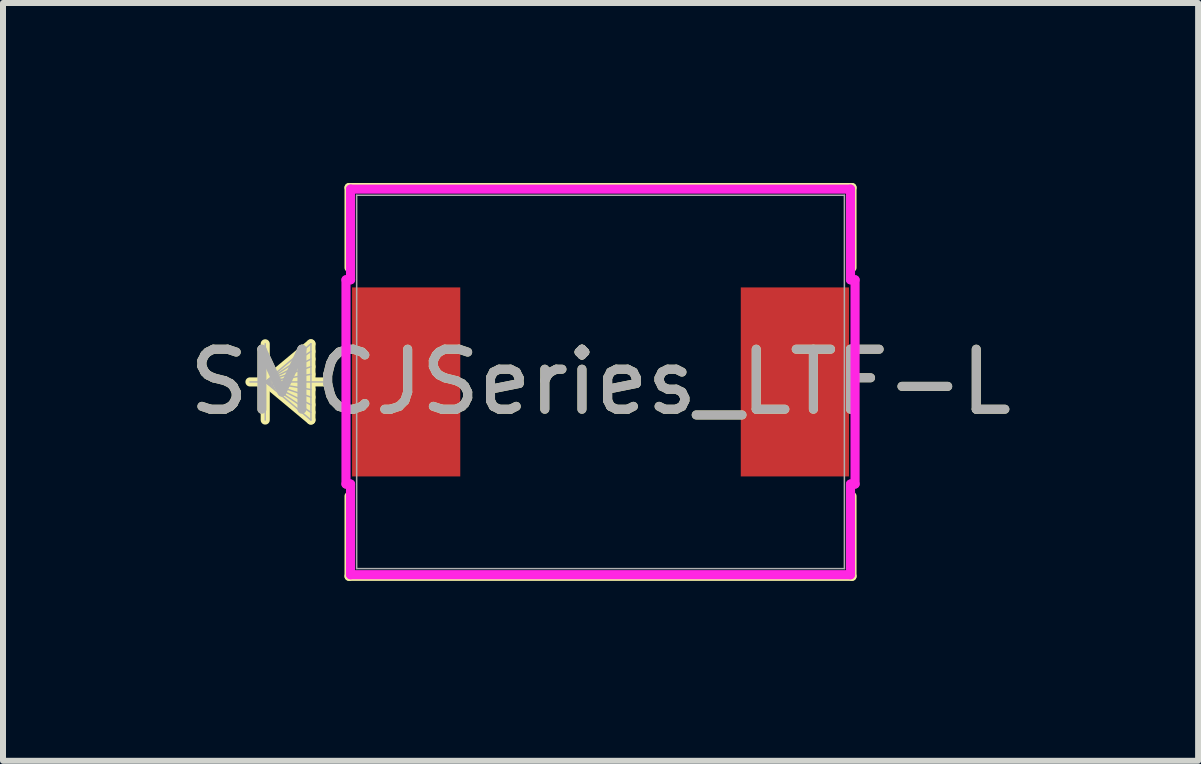
<source format=kicad_pcb>
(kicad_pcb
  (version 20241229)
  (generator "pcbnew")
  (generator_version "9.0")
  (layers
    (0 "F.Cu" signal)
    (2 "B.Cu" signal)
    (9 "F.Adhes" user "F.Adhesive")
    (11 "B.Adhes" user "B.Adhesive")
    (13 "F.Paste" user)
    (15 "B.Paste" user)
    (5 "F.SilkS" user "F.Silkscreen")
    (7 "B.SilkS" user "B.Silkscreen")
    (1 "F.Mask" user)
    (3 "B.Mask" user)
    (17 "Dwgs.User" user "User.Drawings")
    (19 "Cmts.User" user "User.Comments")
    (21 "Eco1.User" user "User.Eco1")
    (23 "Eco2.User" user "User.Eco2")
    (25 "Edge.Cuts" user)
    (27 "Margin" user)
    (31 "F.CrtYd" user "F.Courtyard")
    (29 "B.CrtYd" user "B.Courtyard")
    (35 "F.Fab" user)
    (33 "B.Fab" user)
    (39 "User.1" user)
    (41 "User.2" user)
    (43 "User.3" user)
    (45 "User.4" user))
  (footprint "SMCJSeries_LTF-L"
    (layer "F.Cu")
    (at 6.958 3.315)
    (property "Reference" "SMCJSeries_LTF-L" (at 0 0 0) (unlocked yes) (layer "F.SilkS") (effects (font (size 1 1) (thickness 0.15))))
    (attr smd)
    (fp_line (start -5.588 -0.635) (end -5.588 0.635) (stroke (width 0.152) (type solid)) (layer "F.SilkS"))
    (fp_line (start -5.588 0) (end -4.826 -0.635) (stroke (width 0.152) (type solid)) (layer "F.SilkS"))
    (fp_line (start -5.588 0) (end -4.826 -0.508) (stroke (width 0.152) (type solid)) (layer "F.SilkS"))
    (fp_line (start -5.588 0) (end -4.826 -0.381) (stroke (width 0.152) (type solid)) (layer "F.SilkS"))
    (fp_line (start -5.588 0) (end -4.826 -0.254) (stroke (width 0.152) (type solid)) (layer "F.SilkS"))
    (fp_line (start -5.588 0) (end -4.826 -0.127) (stroke (width 0.152) (type solid)) (layer "F.SilkS"))
    (fp_line (start -5.588 0) (end -4.826 0.127) (stroke (width 0.152) (type solid)) (layer "F.SilkS"))
    (fp_line (start -5.588 0) (end -4.826 0.254) (stroke (width 0.152) (type solid)) (layer "F.SilkS"))
    (fp_line (start -5.588 0) (end -4.826 0.381) (stroke (width 0.152) (type solid)) (layer "F.SilkS"))
    (fp_line (start -5.588 0) (end -4.826 0.508) (stroke (width 0.152) (type solid)) (layer "F.SilkS"))
    (fp_line (start -5.588 0) (end -4.826 0.635) (stroke (width 0.152) (type solid)) (layer "F.SilkS"))
    (fp_line (start -4.826 -0.635) (end -4.826 0.635) (stroke (width 0.152) (type solid)) (layer "F.SilkS"))
    (fp_line (start -4.572 0) (end -5.842 0) (stroke (width 0.152) (type solid)) (layer "F.SilkS"))
    (fp_line (start -4.191 -3.239) (end -4.191 -1.904) (stroke (width 0.152) (type solid)) (layer "F.SilkS"))
    (fp_line (start -4.191 1.904) (end -4.191 3.239) (stroke (width 0.152) (type solid)) (layer "F.SilkS"))
    (fp_line (start -4.191 3.239) (end 4.191 3.239) (stroke (width 0.152) (type solid)) (layer "F.SilkS"))
    (fp_line (start 4.191 -3.239) (end -4.191 -3.239) (stroke (width 0.152) (type solid)) (layer "F.SilkS"))
    (fp_line (start 4.191 -1.904) (end 4.191 -3.239) (stroke (width 0.152) (type solid)) (layer "F.SilkS"))
    (fp_line (start 4.191 3.239) (end 4.191 1.904) (stroke (width 0.152) (type solid)) (layer "F.SilkS"))
    (fp_line (start -4.242 -1.702) (end -4.166 -1.702) (stroke (width 0.152) (type solid)) (layer "F.CrtYd"))
    (fp_line (start -4.242 1.702) (end -4.242 -1.702) (stroke (width 0.152) (type solid)) (layer "F.CrtYd"))
    (fp_line (start -4.166 -3.213) (end 4.166 -3.213) (stroke (width 0.152) (type solid)) (layer "F.CrtYd"))
    (fp_line (start -4.166 -1.702) (end -4.166 -3.213) (stroke (width 0.152) (type solid)) (layer "F.CrtYd"))
    (fp_line (start -4.166 1.702) (end -4.242 1.702) (stroke (width 0.152) (type solid)) (layer "F.CrtYd"))
    (fp_line (start -4.166 3.213) (end -4.166 1.702) (stroke (width 0.152) (type solid)) (layer "F.CrtYd"))
    (fp_line (start 4.166 -3.213) (end 4.166 -1.702) (stroke (width 0.152) (type solid)) (layer "F.CrtYd"))
    (fp_line (start 4.166 -1.702) (end 4.242 -1.702) (stroke (width 0.152) (type solid)) (layer "F.CrtYd"))
    (fp_line (start 4.166 1.702) (end 4.166 3.213) (stroke (width 0.152) (type solid)) (layer "F.CrtYd"))
    (fp_line (start 4.166 3.213) (end -4.166 3.213) (stroke (width 0.152) (type solid)) (layer "F.CrtYd"))
    (fp_line (start 4.242 -1.702) (end 4.242 1.702) (stroke (width 0.152) (type solid)) (layer "F.CrtYd"))
    (fp_line (start 4.242 1.702) (end 4.166 1.702) (stroke (width 0.152) (type solid)) (layer "F.CrtYd"))
    (fp_line (start -5.588 -0.635) (end -5.588 0.635) (stroke (width 0.025) (type solid)) (layer "F.Fab"))
    (fp_line (start -5.588 0) (end -4.826 -0.635) (stroke (width 0.025) (type solid)) (layer "F.Fab"))
    (fp_line (start -5.588 0) (end -4.826 -0.508) (stroke (width 0.025) (type solid)) (layer "F.Fab"))
    (fp_line (start -5.588 0) (end -4.826 -0.381) (stroke (width 0.025) (type solid)) (layer "F.Fab"))
    (fp_line (start -5.588 0) (end -4.826 -0.254) (stroke (width 0.025) (type solid)) (layer "F.Fab"))
    (fp_line (start -5.588 0) (end -4.826 -0.127) (stroke (width 0.025) (type solid)) (layer "F.Fab"))
    (fp_line (start -5.588 0) (end -4.826 0.127) (stroke (width 0.025) (type solid)) (layer "F.Fab"))
    (fp_line (start -5.588 0) (end -4.826 0.254) (stroke (width 0.025) (type solid)) (layer "F.Fab"))
    (fp_line (start -5.588 0) (end -4.826 0.381) (stroke (width 0.025) (type solid)) (layer "F.Fab"))
    (fp_line (start -5.588 0) (end -4.826 0.508) (stroke (width 0.025) (type solid)) (layer "F.Fab"))
    (fp_line (start -5.588 0) (end -4.826 0.635) (stroke (width 0.025) (type solid)) (layer "F.Fab"))
    (fp_line (start -4.826 -0.635) (end -4.826 0.635) (stroke (width 0.025) (type solid)) (layer "F.Fab"))
    (fp_line (start -4.572 0) (end -5.842 0) (stroke (width 0.025) (type solid)) (layer "F.Fab"))
    (fp_line (start -4.064 -3.111) (end -4.064 3.111) (stroke (width 0.025) (type solid)) (layer "F.Fab"))
    (fp_line (start -4.064 3.111) (end 4.064 3.111) (stroke (width 0.025) (type solid)) (layer "F.Fab"))
    (fp_line (start 4.064 -3.111) (end -4.064 -3.111) (stroke (width 0.025) (type solid)) (layer "F.Fab"))
    (fp_line (start 4.064 3.111) (end 4.064 -3.111) (stroke (width 0.025) (type solid)) (layer "F.Fab"))
    (fp_text user "${REFERENCE}" (at 0 0 0) (unlocked yes) (layer "F.Fab") (effects (font (size 1 1) (thickness 0.15))))
    (pad "1" smd rect (at -3.239 0 90) (size 3.15 1.803) (layers "F.Cu" "F.Mask" "F.Paste"))
    (pad "2" smd rect (at 3.239 0 90) (size 3.15 1.803) (layers "F.Cu" "F.Mask" "F.Paste"))
    (zone (net_name "") (layer "F.Cu") (hatch full 0.508) (connect_pads) (min_thickness 0.254) (filled_areas_thickness no) (keepout (tracks not_allowed) (vias not_allowed) (pads allowed) (copperpour not_allowed) (footprints allowed)) (placement (enabled no)) (fill) (polygon (pts (xy 2.945 0.254) (xy 10.972 0.254) (xy 10.972 1.664) (xy 2.945 1.664))))
    (zone (net_name "") (layer "F.Cu") (hatch full 0.508) (connect_pads) (min_thickness 0.254) (filled_areas_thickness no) (keepout (tracks not_allowed) (vias not_allowed) (pads allowed) (copperpour not_allowed) (footprints allowed)) (placement (enabled no)) (fill) (polygon (pts (xy 2.945 4.966) (xy 10.972 4.966) (xy 10.972 6.375) (xy 2.945 6.375))))
    (zone (net_name "") (layer "F.Cu") (hatch full 0.508) (connect_pads) (min_thickness 0.254) (filled_areas_thickness no) (keepout (tracks not_allowed) (vias not_allowed) (pads allowed) (copperpour not_allowed) (footprints allowed)) (placement (enabled no)) (fill) (polygon (pts (xy 4.672 1.664) (xy 9.244 1.664) (xy 9.244 4.966) (xy 4.672 4.966)))))
  (gr_rect
    (start -3 -3)
    (end 16.917 9.629)
    (stroke (width 0.1) (type default))
    (fill no)
    (layer "Edge.Cuts")))
</source>
